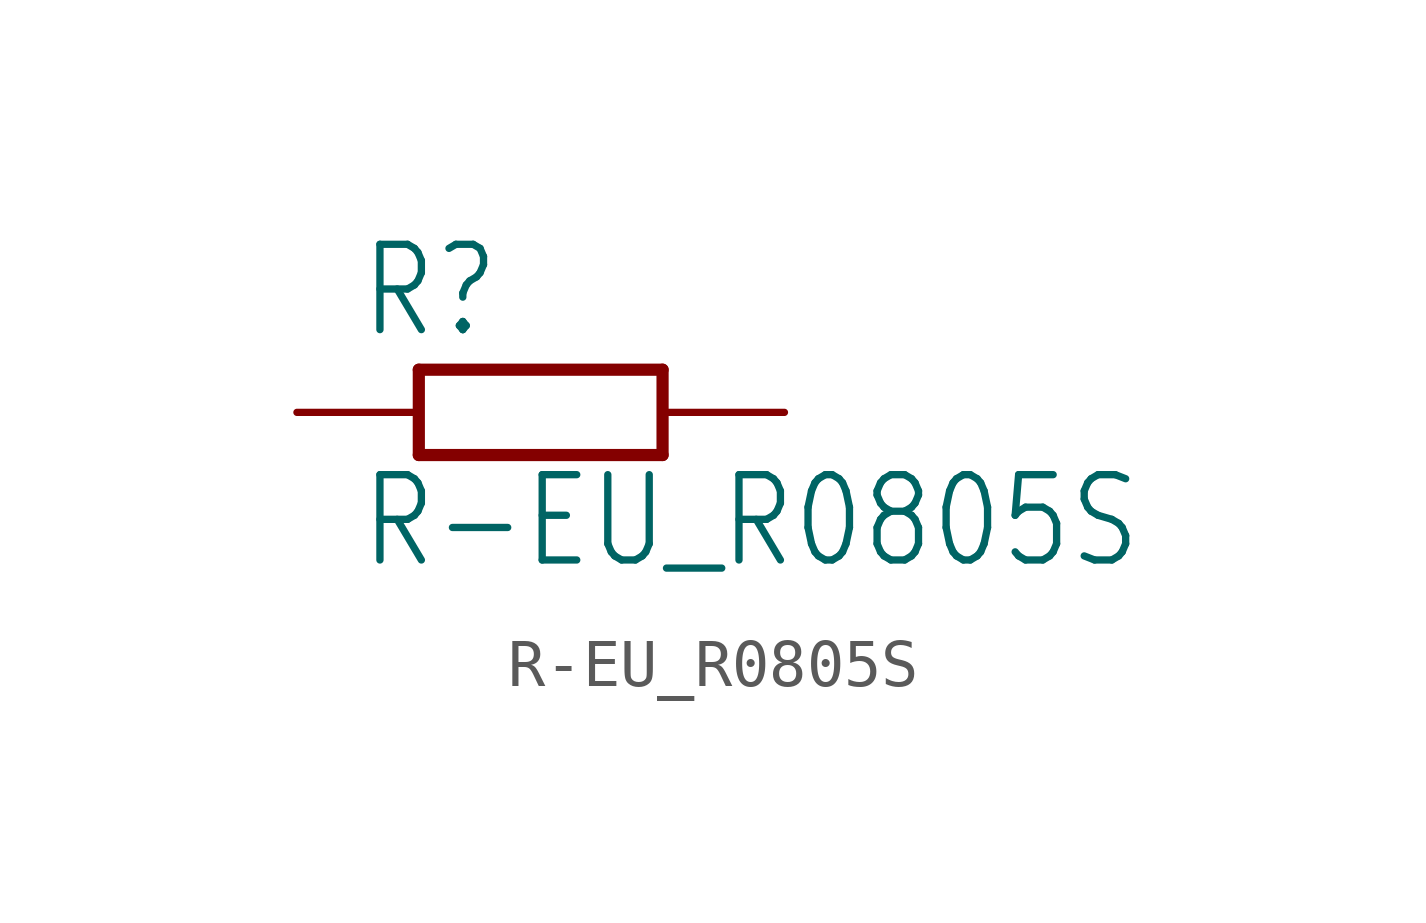
<source format=kicad_sym>
(kicad_symbol_lib
  (version 20211014)
  (generator kicad_symbol_editor)
  (symbol "R-EU_R0805S"
    (property "Reference" "R"
      (at -3.81 1.499 0)
      (effects (font (size 1.778 1.511)) (justify left bottom)))
    (property "Value" "R-EU_R0805S"
      (at -3.81 -3.302 0)
      (effects (font (size 1.778 1.511)) (justify left bottom)))
    (property "ki_locked" ""
      (at 0 0 0)
      (effects (font (size 1.27 1.27))))
    (symbol "R-EU_R0805S_1_0"
      (polyline (pts (xy -2.54 -0.889) (xy -2.54 0.889)) (stroke (width 0.254) (type default) (color 0 0 0 0)) (fill (type none)))
      (polyline (pts (xy -2.54 -0.889) (xy 2.54 -0.889)) (stroke (width 0.254) (type default) (color 0 0 0 0)) (fill (type none)))
      (polyline (pts (xy 2.54 -0.889) (xy 2.54 0.889)) (stroke (width 0.254) (type default) (color 0 0 0 0)) (fill (type none)))
      (polyline (pts (xy 2.54 0.889) (xy -2.54 0.889)) (stroke (width 0.254) (type default) (color 0 0 0 0)) (fill (type none)))
      (pin passive line (at -5.08 0 0) (length 2.54) (name "1" (effects (font (size 0 0)))) (number "1" (effects (font (size 0 0)))))
      (pin passive line (at 5.08 0 180) (length 2.54) (name "2" (effects (font (size 0 0)))) (number "2" (effects (font (size 0 0))))))))
</source>
